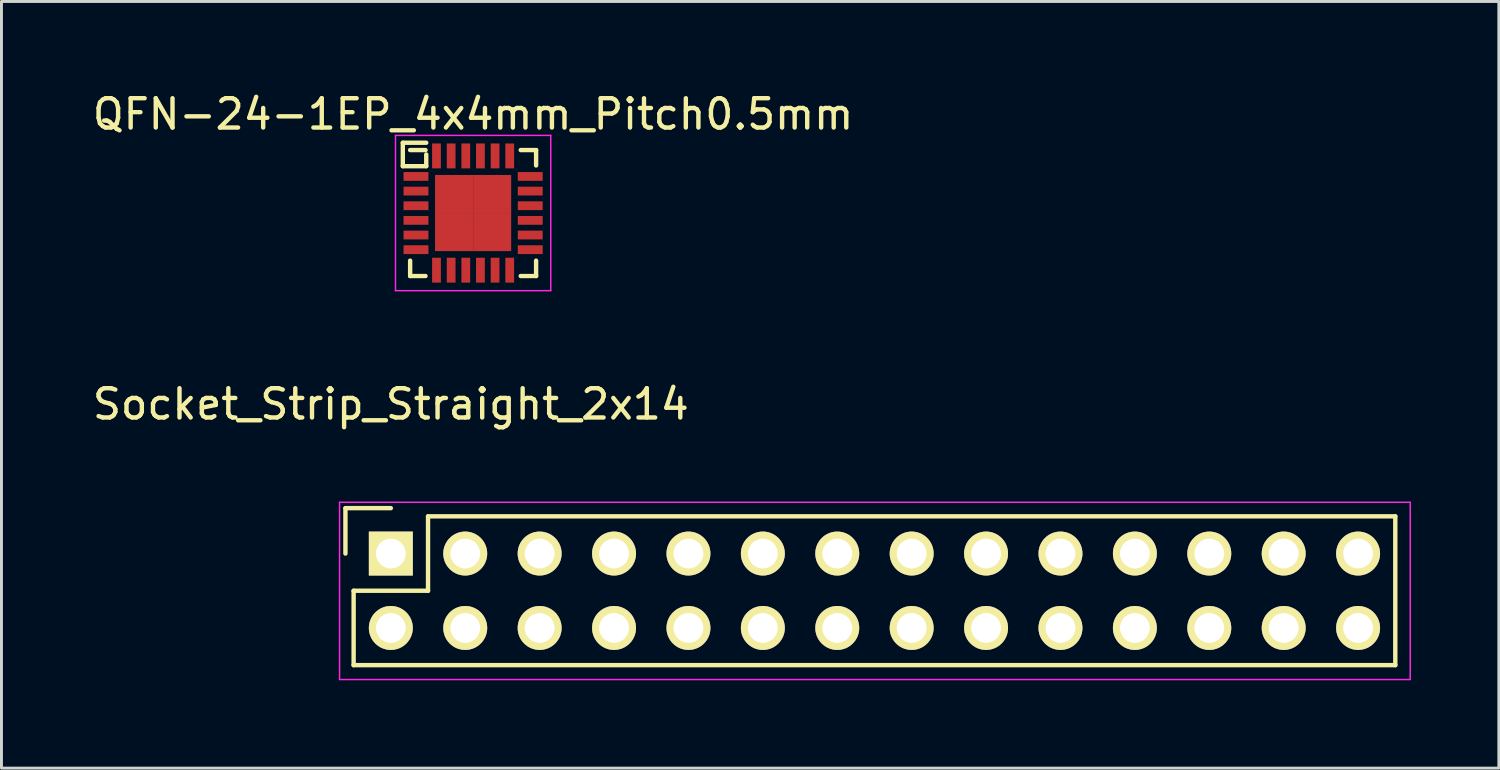
<source format=kicad_pcb>
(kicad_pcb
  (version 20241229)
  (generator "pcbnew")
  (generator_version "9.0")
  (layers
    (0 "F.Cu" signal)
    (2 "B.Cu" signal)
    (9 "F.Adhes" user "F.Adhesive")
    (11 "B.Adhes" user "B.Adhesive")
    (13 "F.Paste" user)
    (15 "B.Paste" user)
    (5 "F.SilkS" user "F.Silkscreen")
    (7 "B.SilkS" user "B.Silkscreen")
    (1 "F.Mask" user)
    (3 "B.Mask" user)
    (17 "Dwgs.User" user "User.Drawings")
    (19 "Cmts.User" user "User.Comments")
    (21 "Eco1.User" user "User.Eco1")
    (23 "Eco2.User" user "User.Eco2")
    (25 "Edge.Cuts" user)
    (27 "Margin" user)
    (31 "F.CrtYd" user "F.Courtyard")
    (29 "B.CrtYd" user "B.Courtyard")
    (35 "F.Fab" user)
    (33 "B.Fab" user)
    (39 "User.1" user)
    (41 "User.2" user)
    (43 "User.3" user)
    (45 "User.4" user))
  (footprint "QFN-24-1EP_4x4mm_Pitch0.5mm"
    (layer "F.Cu")
    (at 13.101 4.223)
    (property "Reference" "QFN-24-1EP_4x4mm_Pitch0.5mm" (at 0 -3.375 0) (layer "F.SilkS") (effects (font (size 1 1) (thickness 0.15))))
    (attr smd)
    (fp_line (start -2.4 -2.4) (end -1.6 -2.4) (stroke (width 0.15) (type solid)) (layer "F.SilkS"))
    (fp_line (start -2.4 -1.6) (end -2.4 -2.4) (stroke (width 0.15) (type solid)) (layer "F.SilkS"))
    (fp_line (start -2.15 -2.15) (end -1.625 -2.15) (stroke (width 0.15) (type solid)) (layer "F.SilkS"))
    (fp_line (start -2.15 2.15) (end -2.15 1.625) (stroke (width 0.15) (type solid)) (layer "F.SilkS"))
    (fp_line (start -2.15 2.15) (end -1.625 2.15) (stroke (width 0.15) (type solid)) (layer "F.SilkS"))
    (fp_line (start -1.6 -2) (end -1.6 -1.6) (stroke (width 0.15) (type solid)) (layer "F.SilkS"))
    (fp_line (start -1.6 -1.6) (end -2.4 -1.6) (stroke (width 0.15) (type solid)) (layer "F.SilkS"))
    (fp_line (start 2.15 -2.15) (end 1.625 -2.15) (stroke (width 0.15) (type solid)) (layer "F.SilkS"))
    (fp_line (start 2.15 -2.15) (end 2.15 -1.625) (stroke (width 0.15) (type solid)) (layer "F.SilkS"))
    (fp_line (start 2.15 2.15) (end 1.625 2.15) (stroke (width 0.15) (type solid)) (layer "F.SilkS"))
    (fp_line (start 2.15 2.15) (end 2.15 1.625) (stroke (width 0.15) (type solid)) (layer "F.SilkS"))
    (fp_line (start -2.65 -2.65) (end -2.65 2.65) (stroke (width 0.05) (type solid)) (layer "F.CrtYd"))
    (fp_line (start -2.65 -2.65) (end 2.65 -2.65) (stroke (width 0.05) (type solid)) (layer "F.CrtYd"))
    (fp_line (start -2.65 2.65) (end 2.65 2.65) (stroke (width 0.05) (type solid)) (layer "F.CrtYd"))
    (fp_line (start 2.65 -2.65) (end 2.65 2.65) (stroke (width 0.05) (type solid)) (layer "F.CrtYd"))
    (pad "1" smd rect (at -1.95 -1.25) (size 0.85 0.3) (layers "F.Cu" "F.Mask" "F.Paste"))
    (pad "2" smd rect (at -1.95 -0.75) (size 0.85 0.3) (layers "F.Cu" "F.Mask" "F.Paste"))
    (pad "3" smd rect (at -1.95 -0.25) (size 0.85 0.3) (layers "F.Cu" "F.Mask" "F.Paste"))
    (pad "4" smd rect (at -1.95 0.25) (size 0.85 0.3) (layers "F.Cu" "F.Mask" "F.Paste"))
    (pad "5" smd rect (at -1.95 0.75) (size 0.85 0.3) (layers "F.Cu" "F.Mask" "F.Paste"))
    (pad "6" smd rect (at -1.95 1.25) (size 0.85 0.3) (layers "F.Cu" "F.Mask" "F.Paste"))
    (pad "7" smd rect (at -1.25 1.95 90) (size 0.85 0.3) (layers "F.Cu" "F.Mask" "F.Paste"))
    (pad "8" smd rect (at -0.75 1.95 90) (size 0.85 0.3) (layers "F.Cu" "F.Mask" "F.Paste"))
    (pad "9" smd rect (at -0.25 1.95 90) (size 0.85 0.3) (layers "F.Cu" "F.Mask" "F.Paste"))
    (pad "10" smd rect (at 0.25 1.95 90) (size 0.85 0.3) (layers "F.Cu" "F.Mask" "F.Paste"))
    (pad "11" smd rect (at 0.75 1.95 90) (size 0.85 0.3) (layers "F.Cu" "F.Mask" "F.Paste"))
    (pad "12" smd rect (at 1.25 1.95 90) (size 0.85 0.3) (layers "F.Cu" "F.Mask" "F.Paste"))
    (pad "13" smd rect (at 1.95 1.25) (size 0.85 0.3) (layers "F.Cu" "F.Mask" "F.Paste"))
    (pad "14" smd rect (at 1.95 0.75) (size 0.85 0.3) (layers "F.Cu" "F.Mask" "F.Paste"))
    (pad "15" smd rect (at 1.95 0.25) (size 0.85 0.3) (layers "F.Cu" "F.Mask" "F.Paste"))
    (pad "16" smd rect (at 1.95 -0.25) (size 0.85 0.3) (layers "F.Cu" "F.Mask" "F.Paste"))
    (pad "17" smd rect (at 1.95 -0.75) (size 0.85 0.3) (layers "F.Cu" "F.Mask" "F.Paste"))
    (pad "18" smd rect (at 1.95 -1.25) (size 0.85 0.3) (layers "F.Cu" "F.Mask" "F.Paste"))
    (pad "19" smd rect (at 1.25 -1.95 90) (size 0.85 0.3) (layers "F.Cu" "F.Mask" "F.Paste"))
    (pad "20" smd rect (at 0.75 -1.95 90) (size 0.85 0.3) (layers "F.Cu" "F.Mask" "F.Paste"))
    (pad "21" smd rect (at 0.25 -1.95 90) (size 0.85 0.3) (layers "F.Cu" "F.Mask" "F.Paste"))
    (pad "22" smd rect (at -0.25 -1.95 90) (size 0.85 0.3) (layers "F.Cu" "F.Mask" "F.Paste"))
    (pad "23" smd rect (at -0.75 -1.95 90) (size 0.85 0.3) (layers "F.Cu" "F.Mask" "F.Paste"))
    (pad "24" smd rect (at -1.25 -1.95 90) (size 0.85 0.3) (layers "F.Cu" "F.Mask" "F.Paste"))
    (pad "25" smd rect (at -0.65 -0.65) (size 1.3 1.3) (layers "F.Cu" "F.Mask" "F.Paste"))
    (pad "25" smd rect (at -0.65 0.65) (size 1.3 1.3) (layers "F.Cu" "F.Mask" "F.Paste"))
    (pad "25" smd rect (at 0.65 -0.65) (size 1.3 1.3) (layers "F.Cu" "F.Mask" "F.Paste"))
    (pad "25" smd rect (at 0.65 0.65) (size 1.3 1.3) (layers "F.Cu" "F.Mask" "F.Paste")))
  (footprint "Socket_Strip_Straight_2x14"
    (layer "F.Cu")
    (at 10.292 15.847)
    (property "Reference" "Socket_Strip_Straight_2x14" (at 0 -5.1 0) (layer "F.SilkS") (effects (font (size 1 1) (thickness 0.15))))
    (attr through_hole)
    (fp_line (start -1.55 -1.55) (end -1.55 0) (stroke (width 0.15) (type solid)) (layer "F.SilkS"))
    (fp_line (start -1.27 1.27) (end 1.27 1.27) (stroke (width 0.15) (type solid)) (layer "F.SilkS"))
    (fp_line (start -1.27 3.81) (end -1.27 1.27) (stroke (width 0.15) (type solid)) (layer "F.SilkS"))
    (fp_line (start 0 -1.55) (end -1.55 -1.55) (stroke (width 0.15) (type solid)) (layer "F.SilkS"))
    (fp_line (start 1.27 -1.27) (end 34.29 -1.27) (stroke (width 0.15) (type solid)) (layer "F.SilkS"))
    (fp_line (start 1.27 1.27) (end 1.27 -1.27) (stroke (width 0.15) (type solid)) (layer "F.SilkS"))
    (fp_line (start 34.29 3.81) (end -1.27 3.81) (stroke (width 0.15) (type solid)) (layer "F.SilkS"))
    (fp_line (start 34.29 3.81) (end 34.29 -1.27) (stroke (width 0.15) (type solid)) (layer "F.SilkS"))
    (fp_line (start -1.75 -1.75) (end -1.75 4.3) (stroke (width 0.05) (type solid)) (layer "F.CrtYd"))
    (fp_line (start -1.75 -1.75) (end 34.8 -1.75) (stroke (width 0.05) (type solid)) (layer "F.CrtYd"))
    (fp_line (start -1.75 4.3) (end 34.8 4.3) (stroke (width 0.05) (type solid)) (layer "F.CrtYd"))
    (fp_line (start 34.8 -1.75) (end 34.8 4.3) (stroke (width 0.05) (type solid)) (layer "F.CrtYd"))
    (pad "1" thru_hole rect (at 0 0) (size 1.5 1.5) (drill 1.016) (layers "*.Cu" "*.Mask" "F.SilkS"))
    (pad "2" thru_hole oval (at 0 2.54) (size 1.5 1.5) (drill 1.016) (layers "*.Cu" "*.Mask" "F.SilkS"))
    (pad "3" thru_hole oval (at 2.54 0) (size 1.5 1.5) (drill 1.016) (layers "*.Cu" "*.Mask" "F.SilkS"))
    (pad "4" thru_hole oval (at 2.54 2.54) (size 1.5 1.5) (drill 1.016) (layers "*.Cu" "*.Mask" "F.SilkS"))
    (pad "5" thru_hole oval (at 5.08 0) (size 1.5 1.5) (drill 1.016) (layers "*.Cu" "*.Mask" "F.SilkS"))
    (pad "6" thru_hole oval (at 5.08 2.54) (size 1.5 1.5) (drill 1.016) (layers "*.Cu" "*.Mask" "F.SilkS"))
    (pad "7" thru_hole oval (at 7.62 0) (size 1.5 1.5) (drill 1.016) (layers "*.Cu" "*.Mask" "F.SilkS"))
    (pad "8" thru_hole oval (at 7.62 2.54) (size 1.5 1.5) (drill 1.016) (layers "*.Cu" "*.Mask" "F.SilkS"))
    (pad "9" thru_hole oval (at 10.16 0) (size 1.5 1.5) (drill 1.016) (layers "*.Cu" "*.Mask" "F.SilkS"))
    (pad "10" thru_hole oval (at 10.16 2.54) (size 1.5 1.5) (drill 1.016) (layers "*.Cu" "*.Mask" "F.SilkS"))
    (pad "11" thru_hole oval (at 12.7 0) (size 1.5 1.5) (drill 1.016) (layers "*.Cu" "*.Mask" "F.SilkS"))
    (pad "12" thru_hole oval (at 12.7 2.54) (size 1.5 1.5) (drill 1.016) (layers "*.Cu" "*.Mask" "F.SilkS"))
    (pad "13" thru_hole oval (at 15.24 0) (size 1.5 1.5) (drill 1.016) (layers "*.Cu" "*.Mask" "F.SilkS"))
    (pad "14" thru_hole oval (at 15.24 2.54) (size 1.5 1.5) (drill 1.016) (layers "*.Cu" "*.Mask" "F.SilkS"))
    (pad "15" thru_hole oval (at 17.78 0) (size 1.5 1.5) (drill 1.016) (layers "*.Cu" "*.Mask" "F.SilkS"))
    (pad "16" thru_hole oval (at 17.78 2.54) (size 1.5 1.5) (drill 1.016) (layers "*.Cu" "*.Mask" "F.SilkS"))
    (pad "17" thru_hole oval (at 20.32 0) (size 1.5 1.5) (drill 1.016) (layers "*.Cu" "*.Mask" "F.SilkS"))
    (pad "18" thru_hole oval (at 20.32 2.54) (size 1.5 1.5) (drill 1.016) (layers "*.Cu" "*.Mask" "F.SilkS"))
    (pad "19" thru_hole oval (at 22.86 0) (size 1.5 1.5) (drill 1.016) (layers "*.Cu" "*.Mask" "F.SilkS"))
    (pad "20" thru_hole oval (at 22.86 2.54) (size 1.5 1.5) (drill 1.016) (layers "*.Cu" "*.Mask" "F.SilkS"))
    (pad "21" thru_hole oval (at 25.4 0) (size 1.5 1.5) (drill 1.016) (layers "*.Cu" "*.Mask" "F.SilkS"))
    (pad "22" thru_hole oval (at 25.4 2.54) (size 1.5 1.5) (drill 1.016) (layers "*.Cu" "*.Mask" "F.SilkS"))
    (pad "23" thru_hole oval (at 27.94 0) (size 1.5 1.5) (drill 1.016) (layers "*.Cu" "*.Mask" "F.SilkS"))
    (pad "24" thru_hole oval (at 27.94 2.54) (size 1.5 1.5) (drill 1.016) (layers "*.Cu" "*.Mask" "F.SilkS"))
    (pad "25" thru_hole oval (at 30.48 0) (size 1.5 1.5) (drill 1.016) (layers "*.Cu" "*.Mask" "F.SilkS"))
    (pad "26" thru_hole oval (at 30.48 2.54) (size 1.5 1.5) (drill 1.016) (layers "*.Cu" "*.Mask" "F.SilkS"))
    (pad "27" thru_hole oval (at 33.02 0) (size 1.5 1.5) (drill 1.016) (layers "*.Cu" "*.Mask" "F.SilkS"))
    (pad "28" thru_hole oval (at 33.02 2.54) (size 1.5 1.5) (drill 1.016) (layers "*.Cu" "*.Mask" "F.SilkS")))
  (gr_rect
    (start -3 -3)
    (end 48.117 23.172)
    (stroke (width 0.1) (type default))
    (fill no)
    (layer "Edge.Cuts")))
</source>
